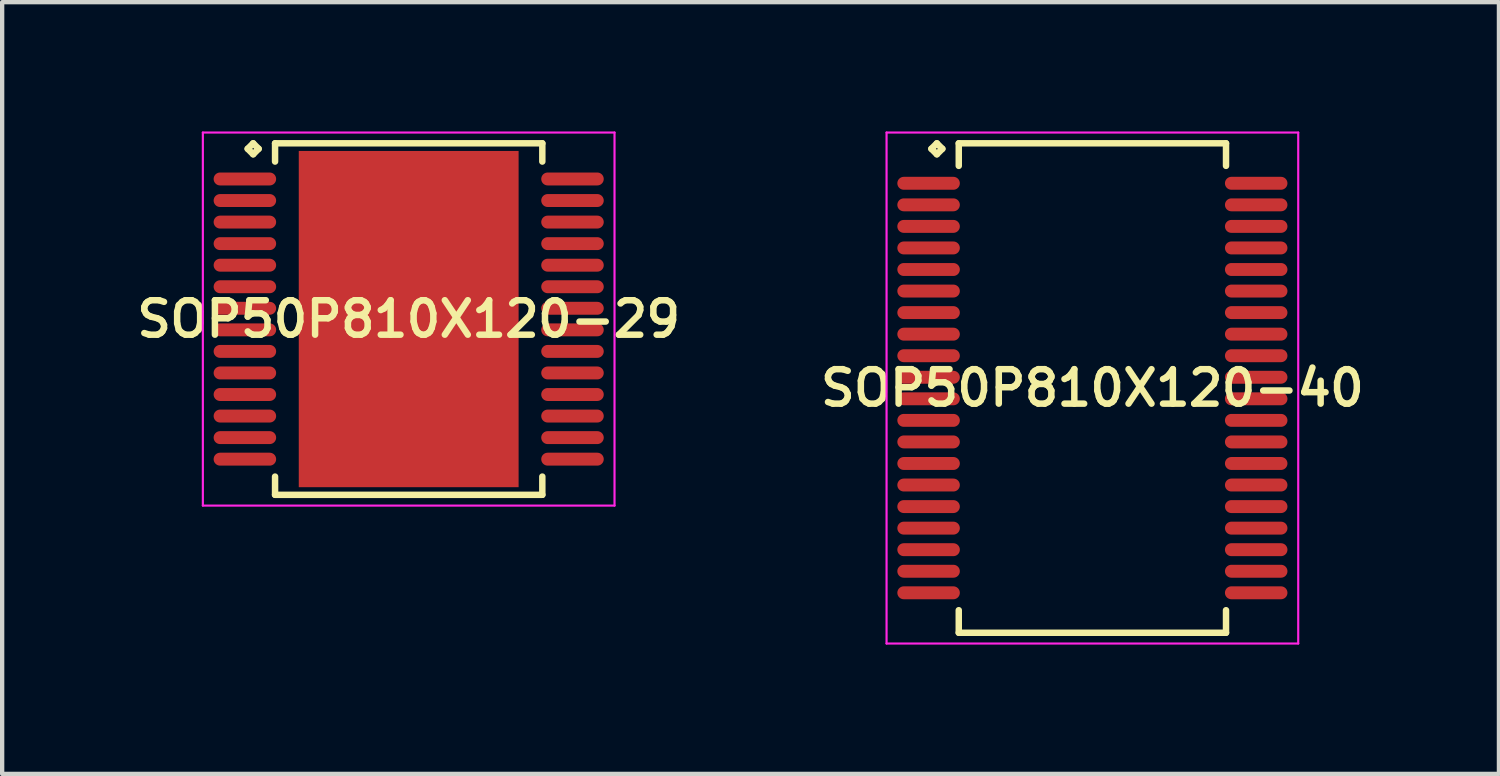
<source format=kicad_pcb>
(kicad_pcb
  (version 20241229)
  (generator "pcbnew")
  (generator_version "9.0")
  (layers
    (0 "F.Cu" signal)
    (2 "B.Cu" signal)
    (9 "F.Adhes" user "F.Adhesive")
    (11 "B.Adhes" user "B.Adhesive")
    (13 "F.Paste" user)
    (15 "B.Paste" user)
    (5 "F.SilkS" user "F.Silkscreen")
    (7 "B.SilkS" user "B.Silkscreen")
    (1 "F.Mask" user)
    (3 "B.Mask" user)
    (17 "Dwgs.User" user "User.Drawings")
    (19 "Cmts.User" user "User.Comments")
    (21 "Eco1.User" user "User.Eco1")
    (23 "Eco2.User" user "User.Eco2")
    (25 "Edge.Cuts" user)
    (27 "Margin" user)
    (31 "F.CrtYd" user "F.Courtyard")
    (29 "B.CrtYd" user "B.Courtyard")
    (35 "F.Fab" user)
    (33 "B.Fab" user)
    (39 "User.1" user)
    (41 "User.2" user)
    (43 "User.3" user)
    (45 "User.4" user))
  (footprint "SOP50P810X120-40"
    (layer "F.Cu")
    (at 22.292 5.952)
    (property "Reference" "SOP50P810X120-40" (at 0 0 0) (layer "F.SilkS") (effects (font (size 0.8 0.8) (thickness 0.15))))
    (attr smd)
    (fp_line (start -3.735 -5.55) (end -3.608 -5.677) (stroke (width 0.15) (type solid)) (layer "F.SilkS"))
    (fp_line (start -3.608 -5.677) (end -3.481 -5.55) (stroke (width 0.15) (type solid)) (layer "F.SilkS"))
    (fp_line (start -3.608 -5.423) (end -3.735 -5.55) (stroke (width 0.15) (type solid)) (layer "F.SilkS"))
    (fp_line (start -3.481 -5.55) (end -3.608 -5.423) (stroke (width 0.15) (type solid)) (layer "F.SilkS"))
    (fp_line (start -3.1 -5.677) (end 3.1 -5.677) (stroke (width 0.15) (type solid)) (layer "F.SilkS"))
    (fp_line (start -3.1 -5.154) (end -3.1 -5.677) (stroke (width 0.15) (type solid)) (layer "F.SilkS"))
    (fp_line (start -3.1 5.154) (end -3.1 5.677) (stroke (width 0.15) (type solid)) (layer "F.SilkS"))
    (fp_line (start -3.1 5.677) (end 3.1 5.677) (stroke (width 0.15) (type solid)) (layer "F.SilkS"))
    (fp_line (start 3.1 -5.677) (end 3.1 -5.154) (stroke (width 0.15) (type solid)) (layer "F.SilkS"))
    (fp_line (start 3.1 5.677) (end 3.1 5.154) (stroke (width 0.15) (type solid)) (layer "F.SilkS"))
    (fp_line (start -4.775 -5.927) (end 4.775 -5.927) (stroke (width 0.05) (type solid)) (layer "F.CrtYd"))
    (fp_line (start -4.775 5.927) (end -4.775 -5.927) (stroke (width 0.05) (type solid)) (layer "F.CrtYd"))
    (fp_line (start 4.775 -5.927) (end 4.775 5.927) (stroke (width 0.05) (type solid)) (layer "F.CrtYd"))
    (fp_line (start 4.775 5.927) (end -4.775 5.927) (stroke (width 0.05) (type solid)) (layer "F.CrtYd"))
    (pad "1" smd oval (at -3.8 -4.75) (size 1.45 0.3) (layers "F.Cu" "F.Mask" "F.Paste"))
    (pad "2" smd oval (at -3.8 -4.25) (size 1.45 0.3) (layers "F.Cu" "F.Mask" "F.Paste"))
    (pad "3" smd oval (at -3.8 -3.75) (size 1.45 0.3) (layers "F.Cu" "F.Mask" "F.Paste"))
    (pad "4" smd oval (at -3.8 -3.25) (size 1.45 0.3) (layers "F.Cu" "F.Mask" "F.Paste"))
    (pad "5" smd oval (at -3.8 -2.75) (size 1.45 0.3) (layers "F.Cu" "F.Mask" "F.Paste"))
    (pad "6" smd oval (at -3.8 -2.25) (size 1.45 0.3) (layers "F.Cu" "F.Mask" "F.Paste"))
    (pad "7" smd oval (at -3.8 -1.75) (size 1.45 0.3) (layers "F.Cu" "F.Mask" "F.Paste"))
    (pad "8" smd oval (at -3.8 -1.25) (size 1.45 0.3) (layers "F.Cu" "F.Mask" "F.Paste"))
    (pad "9" smd oval (at -3.8 -0.75) (size 1.45 0.3) (layers "F.Cu" "F.Mask" "F.Paste"))
    (pad "10" smd oval (at -3.8 -0.25) (size 1.45 0.3) (layers "F.Cu" "F.Mask" "F.Paste"))
    (pad "11" smd oval (at -3.8 0.25) (size 1.45 0.3) (layers "F.Cu" "F.Mask" "F.Paste"))
    (pad "12" smd oval (at -3.8 0.75) (size 1.45 0.3) (layers "F.Cu" "F.Mask" "F.Paste"))
    (pad "13" smd oval (at -3.8 1.25) (size 1.45 0.3) (layers "F.Cu" "F.Mask" "F.Paste"))
    (pad "14" smd oval (at -3.8 1.75) (size 1.45 0.3) (layers "F.Cu" "F.Mask" "F.Paste"))
    (pad "15" smd oval (at -3.8 2.25) (size 1.45 0.3) (layers "F.Cu" "F.Mask" "F.Paste"))
    (pad "16" smd oval (at -3.8 2.75) (size 1.45 0.3) (layers "F.Cu" "F.Mask" "F.Paste"))
    (pad "17" smd oval (at -3.8 3.25) (size 1.45 0.3) (layers "F.Cu" "F.Mask" "F.Paste"))
    (pad "18" smd oval (at -3.8 3.75) (size 1.45 0.3) (layers "F.Cu" "F.Mask" "F.Paste"))
    (pad "19" smd oval (at -3.8 4.25) (size 1.45 0.3) (layers "F.Cu" "F.Mask" "F.Paste"))
    (pad "20" smd oval (at -3.8 4.75) (size 1.45 0.3) (layers "F.Cu" "F.Mask" "F.Paste"))
    (pad "21" smd oval (at 3.8 4.75) (size 1.45 0.3) (layers "F.Cu" "F.Mask" "F.Paste"))
    (pad "22" smd oval (at 3.8 4.25) (size 1.45 0.3) (layers "F.Cu" "F.Mask" "F.Paste"))
    (pad "23" smd oval (at 3.8 3.75) (size 1.45 0.3) (layers "F.Cu" "F.Mask" "F.Paste"))
    (pad "24" smd oval (at 3.8 3.25) (size 1.45 0.3) (layers "F.Cu" "F.Mask" "F.Paste"))
    (pad "25" smd oval (at 3.8 2.75) (size 1.45 0.3) (layers "F.Cu" "F.Mask" "F.Paste"))
    (pad "26" smd oval (at 3.8 2.25) (size 1.45 0.3) (layers "F.Cu" "F.Mask" "F.Paste"))
    (pad "27" smd oval (at 3.8 1.75) (size 1.45 0.3) (layers "F.Cu" "F.Mask" "F.Paste"))
    (pad "28" smd oval (at 3.8 1.25) (size 1.45 0.3) (layers "F.Cu" "F.Mask" "F.Paste"))
    (pad "29" smd oval (at 3.8 0.75) (size 1.45 0.3) (layers "F.Cu" "F.Mask" "F.Paste"))
    (pad "30" smd oval (at 3.8 0.25) (size 1.45 0.3) (layers "F.Cu" "F.Mask" "F.Paste"))
    (pad "31" smd oval (at 3.8 -0.25) (size 1.45 0.3) (layers "F.Cu" "F.Mask" "F.Paste"))
    (pad "32" smd oval (at 3.8 -0.75) (size 1.45 0.3) (layers "F.Cu" "F.Mask" "F.Paste"))
    (pad "33" smd oval (at 3.8 -1.25) (size 1.45 0.3) (layers "F.Cu" "F.Mask" "F.Paste"))
    (pad "34" smd oval (at 3.8 -1.75) (size 1.45 0.3) (layers "F.Cu" "F.Mask" "F.Paste"))
    (pad "35" smd oval (at 3.8 -2.25) (size 1.45 0.3) (layers "F.Cu" "F.Mask" "F.Paste"))
    (pad "36" smd oval (at 3.8 -2.75) (size 1.45 0.3) (layers "F.Cu" "F.Mask" "F.Paste"))
    (pad "37" smd oval (at 3.8 -3.25) (size 1.45 0.3) (layers "F.Cu" "F.Mask" "F.Paste"))
    (pad "38" smd oval (at 3.8 -3.75) (size 1.45 0.3) (layers "F.Cu" "F.Mask" "F.Paste"))
    (pad "39" smd oval (at 3.8 -4.25) (size 1.45 0.3) (layers "F.Cu" "F.Mask" "F.Paste"))
    (pad "40" smd oval (at 3.8 -4.75) (size 1.45 0.3) (layers "F.Cu" "F.Mask" "F.Paste")))
  (footprint "SOP50P810X120-29"
    (layer "F.Cu")
    (at 6.431 4.352)
    (property "Reference" "SOP50P810X120-29" (at 0 0 0) (layer "F.SilkS") (effects (font (size 0.8 0.8) (thickness 0.15))))
    (attr smd)
    (fp_line (start -3.735 -3.95) (end -3.608 -4.077) (stroke (width 0.15) (type solid)) (layer "F.SilkS"))
    (fp_line (start -3.608 -4.077) (end -3.481 -3.95) (stroke (width 0.15) (type solid)) (layer "F.SilkS"))
    (fp_line (start -3.608 -3.823) (end -3.735 -3.95) (stroke (width 0.15) (type solid)) (layer "F.SilkS"))
    (fp_line (start -3.481 -3.95) (end -3.608 -3.823) (stroke (width 0.15) (type solid)) (layer "F.SilkS"))
    (fp_line (start -3.1 -4.077) (end 3.1 -4.077) (stroke (width 0.15) (type solid)) (layer "F.SilkS"))
    (fp_line (start -3.1 -3.654) (end -3.1 -4.077) (stroke (width 0.15) (type solid)) (layer "F.SilkS"))
    (fp_line (start -3.1 3.654) (end -3.1 4.077) (stroke (width 0.15) (type solid)) (layer "F.SilkS"))
    (fp_line (start -3.1 4.077) (end 3.1 4.077) (stroke (width 0.15) (type solid)) (layer "F.SilkS"))
    (fp_line (start 3.1 -4.077) (end 3.1 -3.654) (stroke (width 0.15) (type solid)) (layer "F.SilkS"))
    (fp_line (start 3.1 4.077) (end 3.1 3.654) (stroke (width 0.15) (type solid)) (layer "F.SilkS"))
    (fp_line (start -4.775 -4.327) (end 4.775 -4.327) (stroke (width 0.05) (type solid)) (layer "F.CrtYd"))
    (fp_line (start -4.775 4.327) (end -4.775 -4.327) (stroke (width 0.05) (type solid)) (layer "F.CrtYd"))
    (fp_line (start 4.775 -4.327) (end 4.775 4.327) (stroke (width 0.05) (type solid)) (layer "F.CrtYd"))
    (fp_line (start 4.775 4.327) (end -4.775 4.327) (stroke (width 0.05) (type solid)) (layer "F.CrtYd"))
    (pad "1" smd oval (at -3.8 -3.25) (size 1.45 0.3) (layers "F.Cu" "F.Mask" "F.Paste"))
    (pad "2" smd oval (at -3.8 -2.75) (size 1.45 0.3) (layers "F.Cu" "F.Mask" "F.Paste"))
    (pad "3" smd oval (at -3.8 -2.25) (size 1.45 0.3) (layers "F.Cu" "F.Mask" "F.Paste"))
    (pad "4" smd oval (at -3.8 -1.75) (size 1.45 0.3) (layers "F.Cu" "F.Mask" "F.Paste"))
    (pad "5" smd oval (at -3.8 -1.25) (size 1.45 0.3) (layers "F.Cu" "F.Mask" "F.Paste"))
    (pad "6" smd oval (at -3.8 -0.75) (size 1.45 0.3) (layers "F.Cu" "F.Mask" "F.Paste"))
    (pad "7" smd oval (at -3.8 -0.25) (size 1.45 0.3) (layers "F.Cu" "F.Mask" "F.Paste"))
    (pad "8" smd oval (at -3.8 0.25) (size 1.45 0.3) (layers "F.Cu" "F.Mask" "F.Paste"))
    (pad "9" smd oval (at -3.8 0.75) (size 1.45 0.3) (layers "F.Cu" "F.Mask" "F.Paste"))
    (pad "10" smd oval (at -3.8 1.25) (size 1.45 0.3) (layers "F.Cu" "F.Mask" "F.Paste"))
    (pad "11" smd oval (at -3.8 1.75) (size 1.45 0.3) (layers "F.Cu" "F.Mask" "F.Paste"))
    (pad "12" smd oval (at -3.8 2.25) (size 1.45 0.3) (layers "F.Cu" "F.Mask" "F.Paste"))
    (pad "13" smd oval (at -3.8 2.75) (size 1.45 0.3) (layers "F.Cu" "F.Mask" "F.Paste"))
    (pad "14" smd oval (at -3.8 3.25) (size 1.45 0.3) (layers "F.Cu" "F.Mask" "F.Paste"))
    (pad "15" smd oval (at 3.8 3.25) (size 1.45 0.3) (layers "F.Cu" "F.Mask" "F.Paste"))
    (pad "16" smd oval (at 3.8 2.75) (size 1.45 0.3) (layers "F.Cu" "F.Mask" "F.Paste"))
    (pad "17" smd oval (at 3.8 2.25) (size 1.45 0.3) (layers "F.Cu" "F.Mask" "F.Paste"))
    (pad "18" smd oval (at 3.8 1.75) (size 1.45 0.3) (layers "F.Cu" "F.Mask" "F.Paste"))
    (pad "19" smd oval (at 3.8 1.25) (size 1.45 0.3) (layers "F.Cu" "F.Mask" "F.Paste"))
    (pad "20" smd oval (at 3.8 0.75) (size 1.45 0.3) (layers "F.Cu" "F.Mask" "F.Paste"))
    (pad "21" smd oval (at 3.8 0.25) (size 1.45 0.3) (layers "F.Cu" "F.Mask" "F.Paste"))
    (pad "22" smd oval (at 3.8 -0.25) (size 1.45 0.3) (layers "F.Cu" "F.Mask" "F.Paste"))
    (pad "23" smd oval (at 3.8 -0.75) (size 1.45 0.3) (layers "F.Cu" "F.Mask" "F.Paste"))
    (pad "24" smd oval (at 3.8 -1.25) (size 1.45 0.3) (layers "F.Cu" "F.Mask" "F.Paste"))
    (pad "25" smd oval (at 3.8 -1.75) (size 1.45 0.3) (layers "F.Cu" "F.Mask" "F.Paste"))
    (pad "26" smd oval (at 3.8 -2.25) (size 1.45 0.3) (layers "F.Cu" "F.Mask" "F.Paste"))
    (pad "27" smd oval (at 3.8 -2.75) (size 1.45 0.3) (layers "F.Cu" "F.Mask" "F.Paste"))
    (pad "28" smd oval (at 3.8 -3.25) (size 1.45 0.3) (layers "F.Cu" "F.Mask" "F.Paste"))
    (pad "29" smd rect (at 0 0) (size 5.1 7.8) (layers "F.Cu" "F.Mask" "F.Paste")))
  (gr_rect
    (start -3 -3)
    (end 31.723 14.904)
    (stroke (width 0.1) (type default))
    (fill no)
    (layer "Edge.Cuts")))
</source>
